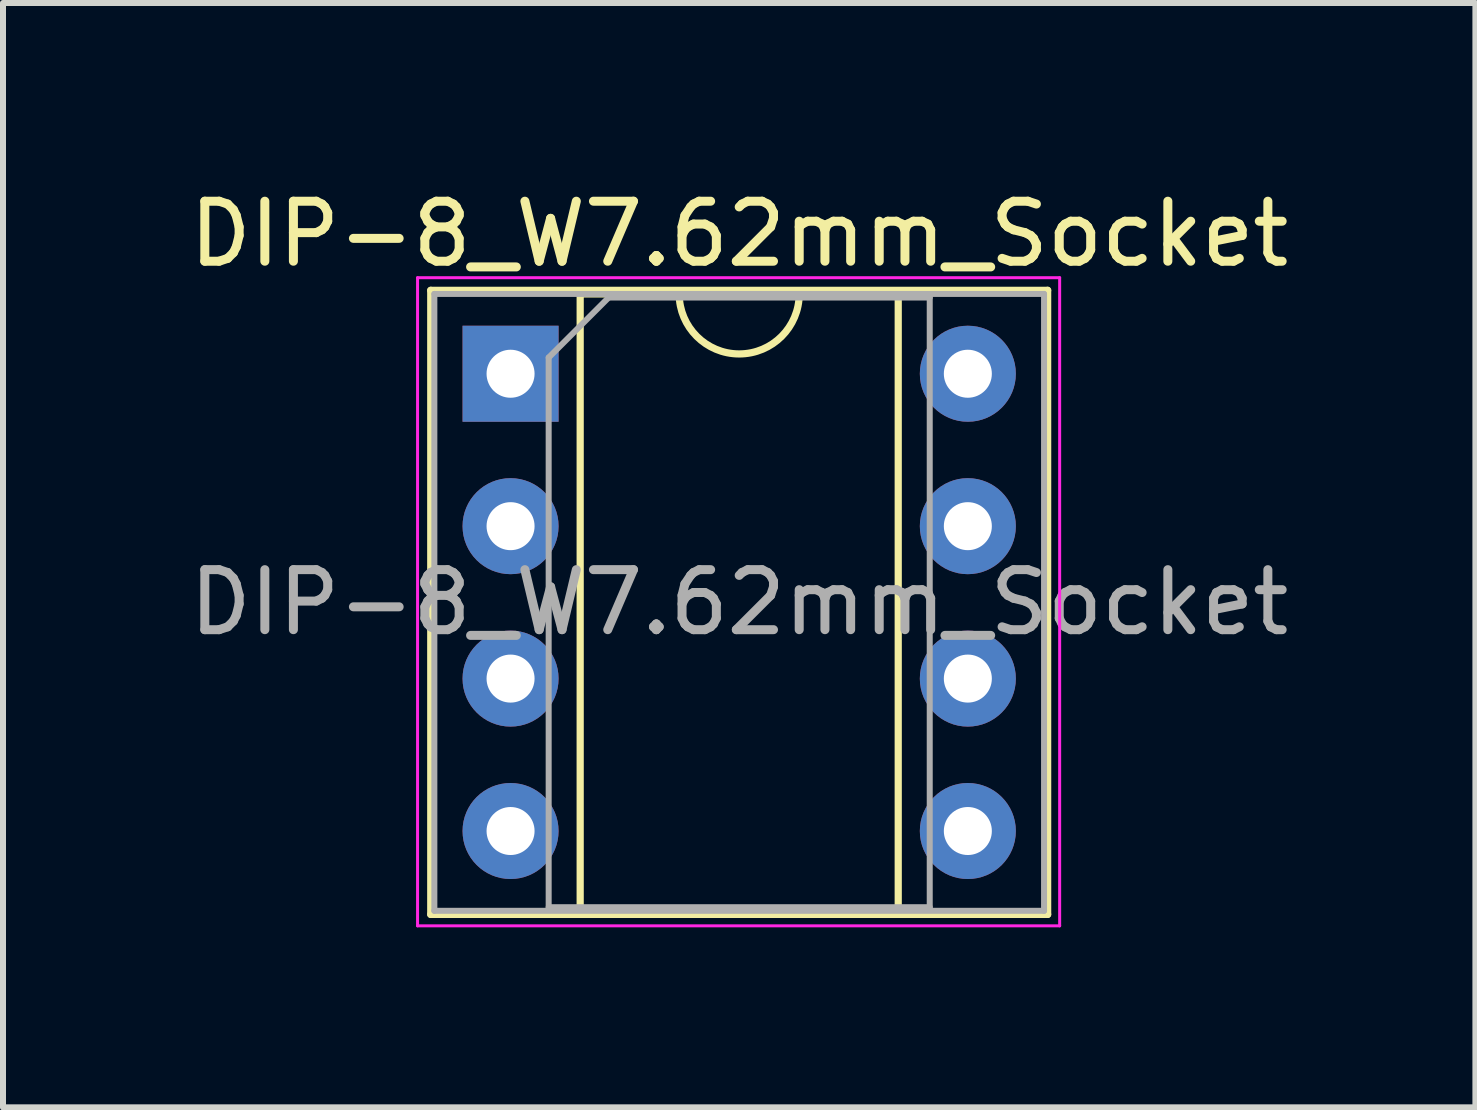
<source format=kicad_pcb>
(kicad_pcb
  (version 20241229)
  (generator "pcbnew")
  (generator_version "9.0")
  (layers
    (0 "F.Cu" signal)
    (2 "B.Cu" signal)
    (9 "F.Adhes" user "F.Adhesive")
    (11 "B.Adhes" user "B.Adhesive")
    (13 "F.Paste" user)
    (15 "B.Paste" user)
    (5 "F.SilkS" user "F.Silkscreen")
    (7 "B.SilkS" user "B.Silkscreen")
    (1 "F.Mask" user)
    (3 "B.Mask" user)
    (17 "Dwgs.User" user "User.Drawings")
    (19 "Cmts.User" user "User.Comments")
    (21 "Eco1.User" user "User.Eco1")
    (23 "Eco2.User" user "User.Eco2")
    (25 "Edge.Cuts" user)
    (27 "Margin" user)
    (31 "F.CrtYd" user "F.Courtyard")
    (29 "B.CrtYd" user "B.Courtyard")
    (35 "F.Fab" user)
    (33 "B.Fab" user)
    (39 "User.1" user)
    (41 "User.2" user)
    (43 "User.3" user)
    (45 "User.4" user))
  (footprint "DIP-8_W7.62mm_Socket"
    (layer "F.Cu")
    (at 5.458 3.178)
    (property "Reference" "DIP-8_W7.62mm_Socket" (at 3.81 -2.33 0) (layer "F.SilkS") (effects (font (size 1 1) (thickness 0.15))))
    (attr through_hole)
    (fp_line (start -1.33 -1.39) (end -1.33 9.01) (stroke (width 0.12) (type solid)) (layer "F.SilkS"))
    (fp_line (start -1.33 9.01) (end 8.95 9.01) (stroke (width 0.12) (type solid)) (layer "F.SilkS"))
    (fp_line (start 1.16 -1.33) (end 1.16 8.95) (stroke (width 0.12) (type solid)) (layer "F.SilkS"))
    (fp_line (start 1.16 8.95) (end 6.46 8.95) (stroke (width 0.12) (type solid)) (layer "F.SilkS"))
    (fp_line (start 2.81 -1.33) (end 1.16 -1.33) (stroke (width 0.12) (type solid)) (layer "F.SilkS"))
    (fp_line (start 6.46 -1.33) (end 4.81 -1.33) (stroke (width 0.12) (type solid)) (layer "F.SilkS"))
    (fp_line (start 6.46 8.95) (end 6.46 -1.33) (stroke (width 0.12) (type solid)) (layer "F.SilkS"))
    (fp_line (start 8.95 -1.39) (end -1.33 -1.39) (stroke (width 0.12) (type solid)) (layer "F.SilkS"))
    (fp_line (start 8.95 9.01) (end 8.95 -1.39) (stroke (width 0.12) (type solid)) (layer "F.SilkS"))
    (fp_arc (start 4.81 -1.33) (mid 3.81 -0.33) (end 2.81 -1.33) (stroke (width 0.12) (type solid)) (layer "F.SilkS"))
    (fp_line (start -1.55 -1.6) (end -1.55 9.2) (stroke (width 0.05) (type solid)) (layer "F.CrtYd"))
    (fp_line (start -1.55 9.2) (end 9.15 9.2) (stroke (width 0.05) (type solid)) (layer "F.CrtYd"))
    (fp_line (start 9.15 -1.6) (end -1.55 -1.6) (stroke (width 0.05) (type solid)) (layer "F.CrtYd"))
    (fp_line (start 9.15 9.2) (end 9.15 -1.6) (stroke (width 0.05) (type solid)) (layer "F.CrtYd"))
    (fp_line (start -1.27 -1.33) (end -1.27 8.95) (stroke (width 0.1) (type solid)) (layer "F.Fab"))
    (fp_line (start -1.27 8.95) (end 8.89 8.95) (stroke (width 0.1) (type solid)) (layer "F.Fab"))
    (fp_line (start 0.635 -0.27) (end 1.635 -1.27) (stroke (width 0.1) (type solid)) (layer "F.Fab"))
    (fp_line (start 0.635 8.89) (end 0.635 -0.27) (stroke (width 0.1) (type solid)) (layer "F.Fab"))
    (fp_line (start 1.635 -1.27) (end 6.985 -1.27) (stroke (width 0.1) (type solid)) (layer "F.Fab"))
    (fp_line (start 6.985 -1.27) (end 6.985 8.89) (stroke (width 0.1) (type solid)) (layer "F.Fab"))
    (fp_line (start 6.985 8.89) (end 0.635 8.89) (stroke (width 0.1) (type solid)) (layer "F.Fab"))
    (fp_line (start 8.89 -1.33) (end -1.27 -1.33) (stroke (width 0.1) (type solid)) (layer "F.Fab"))
    (fp_line (start 8.89 8.95) (end 8.89 -1.33) (stroke (width 0.1) (type solid)) (layer "F.Fab"))
    (fp_text user "${REFERENCE}" (at 3.81 3.81 0) (layer "F.Fab") (effects (font (size 1 1) (thickness 0.15))))
    (pad "1" thru_hole rect (at 0 0) (size 1.6 1.6) (drill 0.8) (layers "*.Cu" "*.Mask"))
    (pad "2" thru_hole oval (at 0 2.54) (size 1.6 1.6) (drill 0.8) (layers "*.Cu" "*.Mask"))
    (pad "3" thru_hole oval (at 0 5.08) (size 1.6 1.6) (drill 0.8) (layers "*.Cu" "*.Mask"))
    (pad "4" thru_hole oval (at 0 7.62) (size 1.6 1.6) (drill 0.8) (layers "*.Cu" "*.Mask"))
    (pad "5" thru_hole oval (at 7.62 7.62) (size 1.6 1.6) (drill 0.8) (layers "*.Cu" "*.Mask"))
    (pad "6" thru_hole oval (at 7.62 5.08) (size 1.6 1.6) (drill 0.8) (layers "*.Cu" "*.Mask"))
    (pad "7" thru_hole oval (at 7.62 2.54) (size 1.6 1.6) (drill 0.8) (layers "*.Cu" "*.Mask"))
    (pad "8" thru_hole oval (at 7.62 0) (size 1.6 1.6) (drill 0.8) (layers "*.Cu" "*.Mask")))
  (gr_rect
    (start -3 -3)
    (end 21.536 15.403)
    (stroke (width 0.1) (type default))
    (fill no)
    (layer "Edge.Cuts")))
</source>
